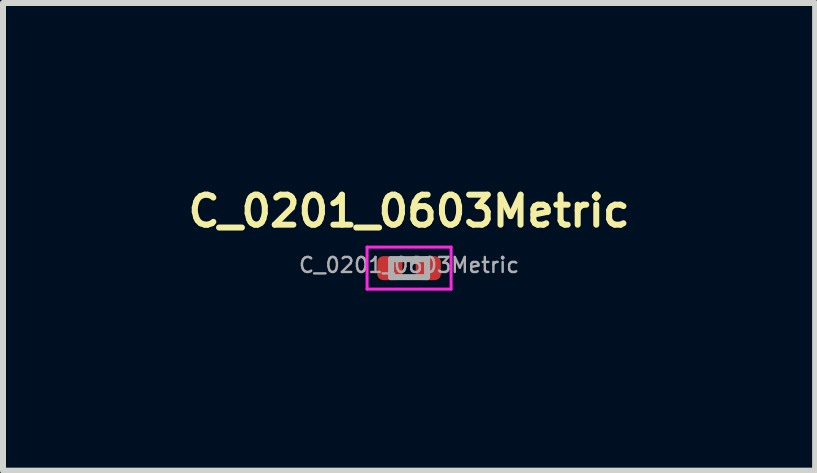
<source format=kicad_pcb>
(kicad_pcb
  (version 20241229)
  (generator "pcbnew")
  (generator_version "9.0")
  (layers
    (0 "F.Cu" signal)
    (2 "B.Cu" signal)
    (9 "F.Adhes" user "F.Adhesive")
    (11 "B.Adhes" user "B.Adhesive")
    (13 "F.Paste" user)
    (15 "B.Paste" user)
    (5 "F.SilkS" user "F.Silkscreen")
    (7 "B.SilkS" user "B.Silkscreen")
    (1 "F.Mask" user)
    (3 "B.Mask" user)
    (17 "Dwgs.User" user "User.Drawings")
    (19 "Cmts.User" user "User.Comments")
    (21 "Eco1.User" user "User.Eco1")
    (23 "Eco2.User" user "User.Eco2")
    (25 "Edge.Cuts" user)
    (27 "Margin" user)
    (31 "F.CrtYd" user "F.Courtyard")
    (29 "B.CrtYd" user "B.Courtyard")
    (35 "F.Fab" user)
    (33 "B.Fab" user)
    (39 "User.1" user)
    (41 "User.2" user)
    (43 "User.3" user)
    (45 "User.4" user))
  (footprint "C_0201_0603Metric"
    (layer "F.Cu")
    (at 3.767 1.468)
    (property "Reference" "C_0201_0603Metric" (at 0 -1 0) (unlocked yes) (layer "F.SilkS") (effects (font (size 0.5 0.5) (thickness 0.1))))
    (attr smd)
    (fp_line (start -0.7 -0.4) (end 0.7 -0.4) (stroke (width 0.05) (type solid)) (layer "F.CrtYd"))
    (fp_line (start -0.7 0.3) (end -0.7 -0.4) (stroke (width 0.05) (type solid)) (layer "F.CrtYd"))
    (fp_line (start 0.7 -0.4) (end 0.7 0.3) (stroke (width 0.05) (type solid)) (layer "F.CrtYd"))
    (fp_line (start 0.7 0.3) (end -0.7 0.3) (stroke (width 0.05) (type solid)) (layer "F.CrtYd"))
    (fp_line (start -0.3 -0.2) (end 0.3 -0.2) (stroke (width 0.1) (type solid)) (layer "F.Fab"))
    (fp_line (start -0.3 0.1) (end -0.3 -0.2) (stroke (width 0.1) (type solid)) (layer "F.Fab"))
    (fp_line (start 0.3 -0.2) (end 0.3 0.1) (stroke (width 0.1) (type solid)) (layer "F.Fab"))
    (fp_line (start 0.3 0.1) (end -0.3 0.1) (stroke (width 0.1) (type solid)) (layer "F.Fab"))
    (fp_text user "${REFERENCE}" (at 0 -0.1 0) (unlocked yes) (layer "F.Fab") (effects (font (size 0.25 0.25) (thickness 0.04))))
    (pad "" smd roundrect (at -0.345 -0.05) (size 0.318 0.36) (layers "F.Paste") (roundrect_rratio 0.25))
    (pad "" smd roundrect (at 0.345 -0.05) (size 0.318 0.36) (layers "F.Paste") (roundrect_rratio 0.25))
    (pad "1" smd roundrect (at -0.32 -0.05) (size 0.42 0.4) (layers "F.Cu" "F.Mask") (roundrect_rratio 0.25))
    (pad "2" smd roundrect (at 0.32 -0.05) (size 0.42 0.4) (layers "F.Cu" "F.Mask") (roundrect_rratio 0.25)))
  (gr_rect
    (start -3 -3)
    (end 10.533 4.793)
    (stroke (width 0.1) (type default))
    (fill no)
    (layer "Edge.Cuts")))
</source>
